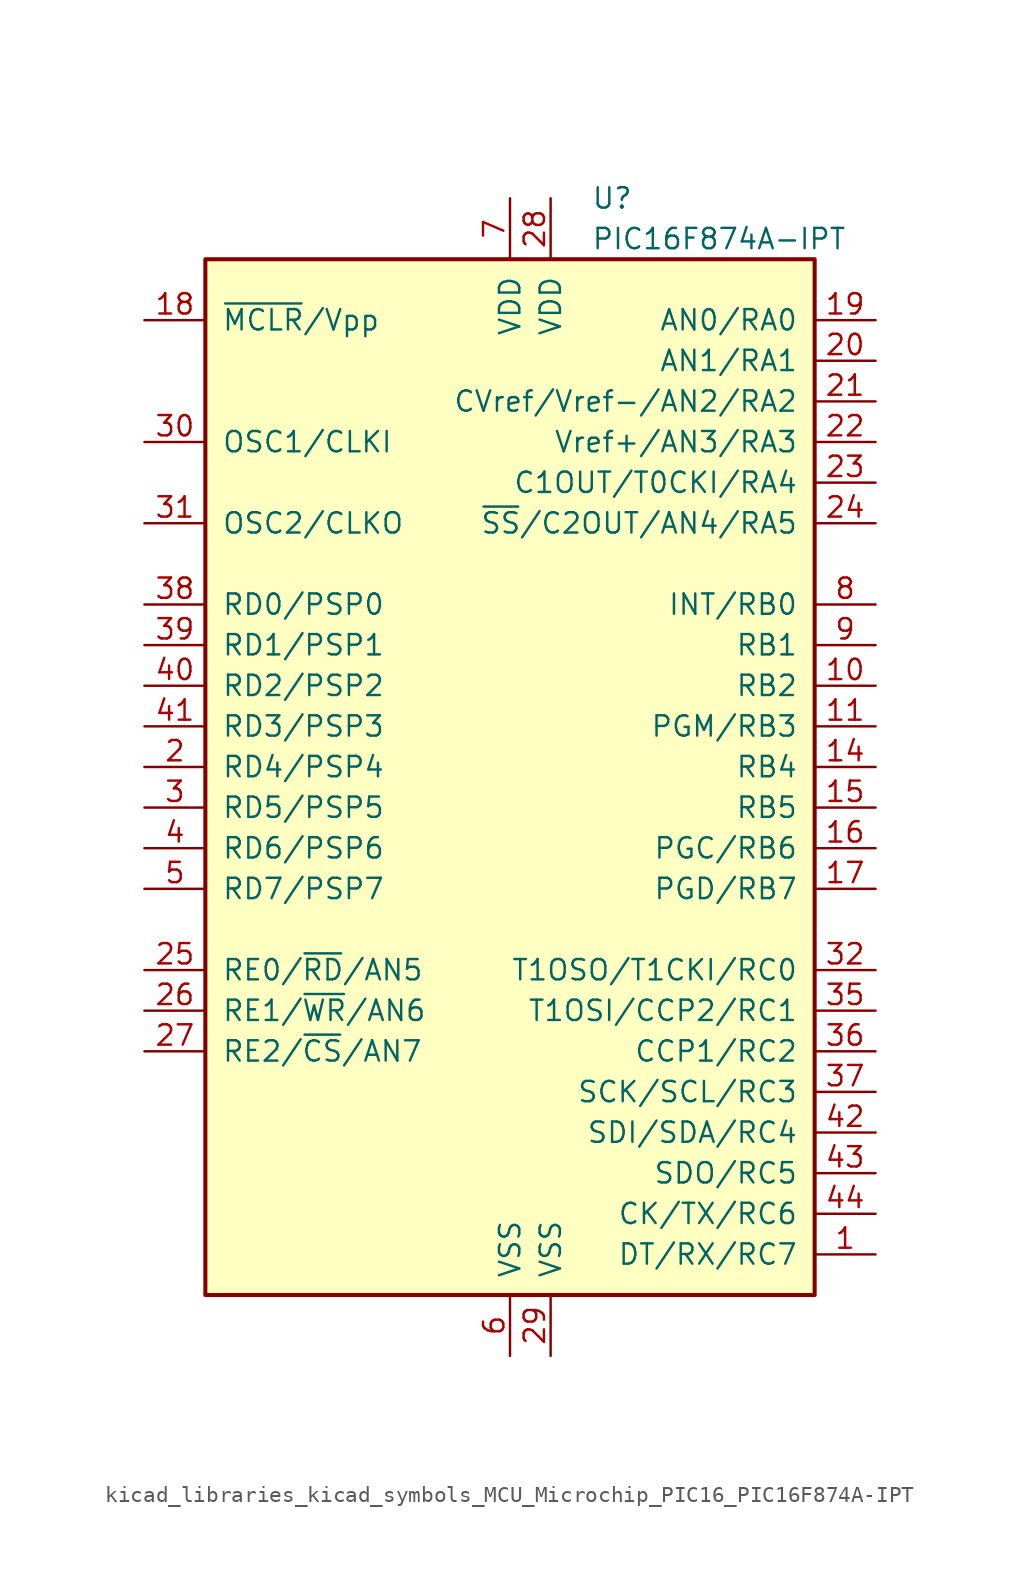
<source format=kicad_sym>
(kicad_symbol_lib
  (version 20220914)
  (generator kicad_symbol_editor)
  (symbol "kicad_libraries_kicad_symbols_MCU_Microchip_PIC16_PIC16F874A-IPT"
    (pin_names
      (offset 1.016))
    (property "Reference" "U"
      (at 5.08 35.56 0)
      (effects (font (size 1.27 1.27)) (justify left)))
    (property "Value" "PIC16F874A-IPT"
      (at 5.08 33.02 0)
      (effects (font (size 1.27 1.27)) (justify left)))
    (symbol "kicad_libraries_kicad_symbols_MCU_Microchip_PIC16_PIC16F874A-IPT_0_1"
      (rectangle (start -19.05 31.75) (end 19.05 -33.02) (stroke (width 0.254) (type default)) (fill (type background))))
    (symbol "kicad_libraries_kicad_symbols_MCU_Microchip_PIC16_PIC16F874A-IPT_1_1"
      (pin bidirectional line (at 22.86 -30.48 180) (length 3.81) (name "DT/RX/RC7" (effects (font (size 1.27 1.27)))) (number "1" (effects (font (size 1.27 1.27)))))
      (pin bidirectional line (at 22.86 5.08 180) (length 3.81) (name "RB2" (effects (font (size 1.27 1.27)))) (number "10" (effects (font (size 1.27 1.27)))))
      (pin bidirectional line (at 22.86 2.54 180) (length 3.81) (name "PGM/RB3" (effects (font (size 1.27 1.27)))) (number "11" (effects (font (size 1.27 1.27)))))
      (pin bidirectional line (at 22.86 0 180) (length 3.81) (name "RB4" (effects (font (size 1.27 1.27)))) (number "14" (effects (font (size 1.27 1.27)))))
      (pin bidirectional line (at 22.86 -2.54 180) (length 3.81) (name "RB5" (effects (font (size 1.27 1.27)))) (number "15" (effects (font (size 1.27 1.27)))))
      (pin bidirectional line (at 22.86 -5.08 180) (length 3.81) (name "PGC/RB6" (effects (font (size 1.27 1.27)))) (number "16" (effects (font (size 1.27 1.27)))))
      (pin bidirectional line (at 22.86 -7.62 180) (length 3.81) (name "PGD/RB7" (effects (font (size 1.27 1.27)))) (number "17" (effects (font (size 1.27 1.27)))))
      (pin input line (at -22.86 27.94 0) (length 3.81) (name "~{MCLR}/Vpp" (effects (font (size 1.27 1.27)))) (number "18" (effects (font (size 1.27 1.27)))))
      (pin bidirectional line (at 22.86 27.94 180) (length 3.81) (name "AN0/RA0" (effects (font (size 1.27 1.27)))) (number "19" (effects (font (size 1.27 1.27)))))
      (pin bidirectional line (at -22.86 0 0) (length 3.81) (name "RD4/PSP4" (effects (font (size 1.27 1.27)))) (number "2" (effects (font (size 1.27 1.27)))))
      (pin bidirectional line (at 22.86 25.4 180) (length 3.81) (name "AN1/RA1" (effects (font (size 1.27 1.27)))) (number "20" (effects (font (size 1.27 1.27)))))
      (pin bidirectional line (at 22.86 22.86 180) (length 3.81) (name "CVref/Vref-/AN2/RA2" (effects (font (size 1.27 1.27)))) (number "21" (effects (font (size 1.27 1.27)))))
      (pin bidirectional line (at 22.86 20.32 180) (length 3.81) (name "Vref+/AN3/RA3" (effects (font (size 1.27 1.27)))) (number "22" (effects (font (size 1.27 1.27)))))
      (pin bidirectional line (at 22.86 17.78 180) (length 3.81) (name "C1OUT/T0CKI/RA4" (effects (font (size 1.27 1.27)))) (number "23" (effects (font (size 1.27 1.27)))))
      (pin bidirectional line (at 22.86 15.24 180) (length 3.81) (name "~{SS}/C2OUT/AN4/RA5" (effects (font (size 1.27 1.27)))) (number "24" (effects (font (size 1.27 1.27)))))
      (pin bidirectional line (at -22.86 -12.7 0) (length 3.81) (name "RE0/~{RD}/AN5" (effects (font (size 1.27 1.27)))) (number "25" (effects (font (size 1.27 1.27)))))
      (pin bidirectional line (at -22.86 -15.24 0) (length 3.81) (name "RE1/~{WR}/AN6" (effects (font (size 1.27 1.27)))) (number "26" (effects (font (size 1.27 1.27)))))
      (pin bidirectional line (at -22.86 -17.78 0) (length 3.81) (name "RE2/~{CS}/AN7" (effects (font (size 1.27 1.27)))) (number "27" (effects (font (size 1.27 1.27)))))
      (pin power_in line (at 2.54 35.56 270) (length 3.81) (name "VDD" (effects (font (size 1.27 1.27)))) (number "28" (effects (font (size 1.27 1.27)))))
      (pin power_in line (at 2.54 -36.83 90) (length 3.81) (name "VSS" (effects (font (size 1.27 1.27)))) (number "29" (effects (font (size 1.27 1.27)))))
      (pin bidirectional line (at -22.86 -2.54 0) (length 3.81) (name "RD5/PSP5" (effects (font (size 1.27 1.27)))) (number "3" (effects (font (size 1.27 1.27)))))
      (pin input line (at -22.86 20.32 0) (length 3.81) (name "OSC1/CLKI" (effects (font (size 1.27 1.27)))) (number "30" (effects (font (size 1.27 1.27)))))
      (pin output line (at -22.86 15.24 0) (length 3.81) (name "OSC2/CLKO" (effects (font (size 1.27 1.27)))) (number "31" (effects (font (size 1.27 1.27)))))
      (pin bidirectional line (at 22.86 -12.7 180) (length 3.81) (name "T1OSO/T1CKI/RC0" (effects (font (size 1.27 1.27)))) (number "32" (effects (font (size 1.27 1.27)))))
      (pin bidirectional line (at 22.86 -15.24 180) (length 3.81) (name "T1OSI/CCP2/RC1" (effects (font (size 1.27 1.27)))) (number "35" (effects (font (size 1.27 1.27)))))
      (pin bidirectional line (at 22.86 -17.78 180) (length 3.81) (name "CCP1/RC2" (effects (font (size 1.27 1.27)))) (number "36" (effects (font (size 1.27 1.27)))))
      (pin bidirectional line (at 22.86 -20.32 180) (length 3.81) (name "SCK/SCL/RC3" (effects (font (size 1.27 1.27)))) (number "37" (effects (font (size 1.27 1.27)))))
      (pin bidirectional line (at -22.86 10.16 0) (length 3.81) (name "RD0/PSP0" (effects (font (size 1.27 1.27)))) (number "38" (effects (font (size 1.27 1.27)))))
      (pin bidirectional line (at -22.86 7.62 0) (length 3.81) (name "RD1/PSP1" (effects (font (size 1.27 1.27)))) (number "39" (effects (font (size 1.27 1.27)))))
      (pin bidirectional line (at -22.86 -5.08 0) (length 3.81) (name "RD6/PSP6" (effects (font (size 1.27 1.27)))) (number "4" (effects (font (size 1.27 1.27)))))
      (pin bidirectional line (at -22.86 5.08 0) (length 3.81) (name "RD2/PSP2" (effects (font (size 1.27 1.27)))) (number "40" (effects (font (size 1.27 1.27)))))
      (pin bidirectional line (at -22.86 2.54 0) (length 3.81) (name "RD3/PSP3" (effects (font (size 1.27 1.27)))) (number "41" (effects (font (size 1.27 1.27)))))
      (pin bidirectional line (at 22.86 -22.86 180) (length 3.81) (name "SDI/SDA/RC4" (effects (font (size 1.27 1.27)))) (number "42" (effects (font (size 1.27 1.27)))))
      (pin bidirectional line (at 22.86 -25.4 180) (length 3.81) (name "SDO/RC5" (effects (font (size 1.27 1.27)))) (number "43" (effects (font (size 1.27 1.27)))))
      (pin bidirectional line (at 22.86 -27.94 180) (length 3.81) (name "CK/TX/RC6" (effects (font (size 1.27 1.27)))) (number "44" (effects (font (size 1.27 1.27)))))
      (pin bidirectional line (at -22.86 -7.62 0) (length 3.81) (name "RD7/PSP7" (effects (font (size 1.27 1.27)))) (number "5" (effects (font (size 1.27 1.27)))))
      (pin power_in line (at 0 -36.83 90) (length 3.81) (name "VSS" (effects (font (size 1.27 1.27)))) (number "6" (effects (font (size 1.27 1.27)))))
      (pin power_in line (at 0 35.56 270) (length 3.81) (name "VDD" (effects (font (size 1.27 1.27)))) (number "7" (effects (font (size 1.27 1.27)))))
      (pin bidirectional line (at 22.86 10.16 180) (length 3.81) (name "INT/RB0" (effects (font (size 1.27 1.27)))) (number "8" (effects (font (size 1.27 1.27)))))
      (pin bidirectional line (at 22.86 7.62 180) (length 3.81) (name "RB1" (effects (font (size 1.27 1.27)))) (number "9" (effects (font (size 1.27 1.27))))))))
</source>
